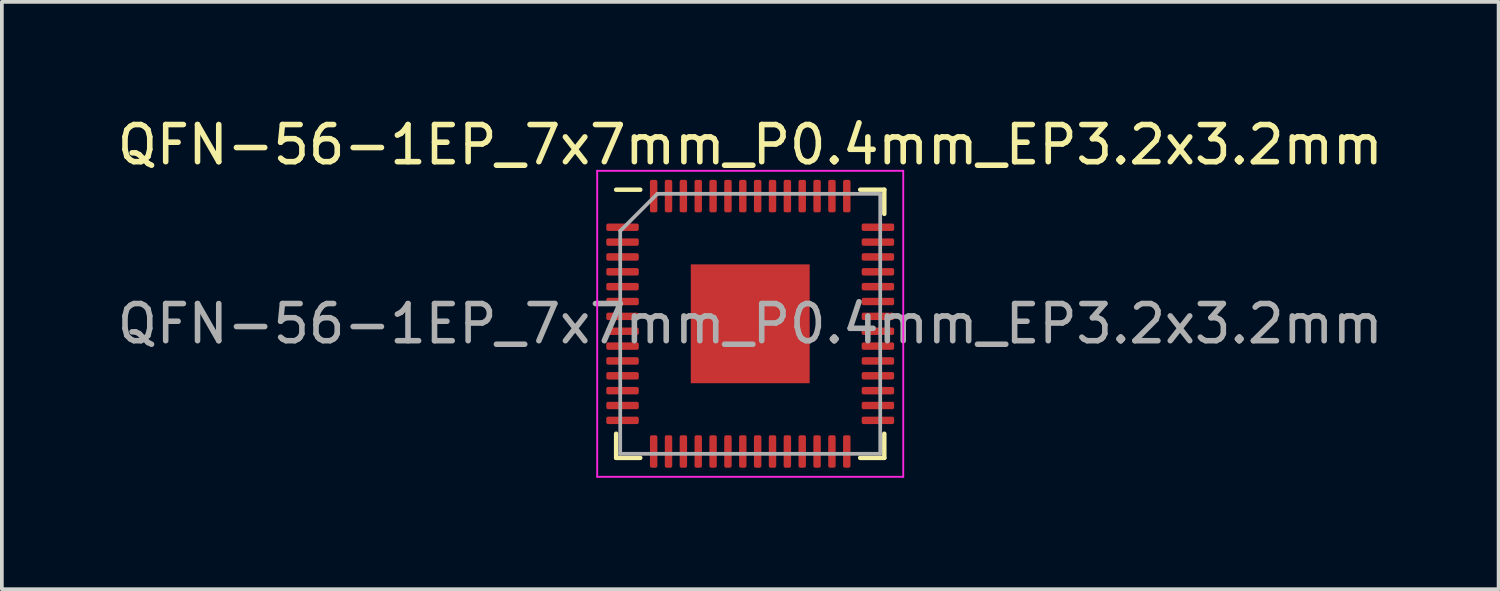
<source format=kicad_pcb>
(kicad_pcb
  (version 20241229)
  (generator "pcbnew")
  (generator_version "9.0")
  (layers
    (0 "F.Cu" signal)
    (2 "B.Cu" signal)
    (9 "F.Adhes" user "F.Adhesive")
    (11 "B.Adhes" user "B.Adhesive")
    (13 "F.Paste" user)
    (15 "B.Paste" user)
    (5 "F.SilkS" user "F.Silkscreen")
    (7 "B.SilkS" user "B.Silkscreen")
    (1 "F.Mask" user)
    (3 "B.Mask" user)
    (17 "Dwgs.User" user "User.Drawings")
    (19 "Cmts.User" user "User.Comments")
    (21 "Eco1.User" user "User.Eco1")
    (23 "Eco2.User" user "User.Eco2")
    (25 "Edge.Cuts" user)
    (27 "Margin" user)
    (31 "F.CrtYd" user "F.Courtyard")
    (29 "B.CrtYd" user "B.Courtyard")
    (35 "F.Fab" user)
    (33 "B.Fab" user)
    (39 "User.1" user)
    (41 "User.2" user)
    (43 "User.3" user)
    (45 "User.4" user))
  (footprint "QFN-56-1EP_7x7mm_P0.4mm_EP3.2x3.2mm"
    (layer "F.Cu")
    (at 17.149 5.668)
    (property "Reference" "QFN-56-1EP_7x7mm_P0.4mm_EP3.2x3.2mm" (at 0 -4.82 0) (layer "F.SilkS") (effects (font (size 1 1) (thickness 0.15))))
    (attr smd)
    (fp_line (start -3.61 3.61) (end -3.61 2.96) (stroke (width 0.12) (type solid)) (layer "F.SilkS"))
    (fp_line (start -2.96 -3.61) (end -3.61 -3.61) (stroke (width 0.12) (type solid)) (layer "F.SilkS"))
    (fp_line (start -2.96 3.61) (end -3.61 3.61) (stroke (width 0.12) (type solid)) (layer "F.SilkS"))
    (fp_line (start 2.96 -3.61) (end 3.61 -3.61) (stroke (width 0.12) (type solid)) (layer "F.SilkS"))
    (fp_line (start 2.96 3.61) (end 3.61 3.61) (stroke (width 0.12) (type solid)) (layer "F.SilkS"))
    (fp_line (start 3.61 -3.61) (end 3.61 -2.96) (stroke (width 0.12) (type solid)) (layer "F.SilkS"))
    (fp_line (start 3.61 3.61) (end 3.61 2.96) (stroke (width 0.12) (type solid)) (layer "F.SilkS"))
    (fp_line (start -4.12 -4.12) (end -4.12 4.12) (stroke (width 0.05) (type solid)) (layer "F.CrtYd"))
    (fp_line (start -4.12 4.12) (end 4.12 4.12) (stroke (width 0.05) (type solid)) (layer "F.CrtYd"))
    (fp_line (start 4.12 -4.12) (end -4.12 -4.12) (stroke (width 0.05) (type solid)) (layer "F.CrtYd"))
    (fp_line (start 4.12 4.12) (end 4.12 -4.12) (stroke (width 0.05) (type solid)) (layer "F.CrtYd"))
    (fp_line (start -3.5 -2.5) (end -2.5 -3.5) (stroke (width 0.1) (type solid)) (layer "F.Fab"))
    (fp_line (start -3.5 3.5) (end -3.5 -2.5) (stroke (width 0.1) (type solid)) (layer "F.Fab"))
    (fp_line (start -2.5 -3.5) (end 3.5 -3.5) (stroke (width 0.1) (type solid)) (layer "F.Fab"))
    (fp_line (start 3.5 -3.5) (end 3.5 3.5) (stroke (width 0.1) (type solid)) (layer "F.Fab"))
    (fp_line (start 3.5 3.5) (end -3.5 3.5) (stroke (width 0.1) (type solid)) (layer "F.Fab"))
    (fp_text user "${REFERENCE}" (at 0 0 0) (layer "F.Fab") (effects (font (size 1 1) (thickness 0.15))))
    (pad "" smd roundrect (at -0.7 -0.7) (size 1.13 1.13) (layers "F.Paste") (roundrect_rratio 0.221))
    (pad "" smd roundrect (at -0.7 0.7) (size 1.13 1.13) (layers "F.Paste") (roundrect_rratio 0.221))
    (pad "" smd roundrect (at 0.7 -0.7) (size 1.13 1.13) (layers "F.Paste") (roundrect_rratio 0.221))
    (pad "" smd roundrect (at 0.7 0.7) (size 1.13 1.13) (layers "F.Paste") (roundrect_rratio 0.221))
    (pad "1" smd roundrect (at -3.438 -2.6) (size 0.875 0.2) (layers "F.Cu" "F.Mask" "F.Paste") (roundrect_rratio 0.25))
    (pad "2" smd roundrect (at -3.438 -2.2) (size 0.875 0.2) (layers "F.Cu" "F.Mask" "F.Paste") (roundrect_rratio 0.25))
    (pad "3" smd roundrect (at -3.438 -1.8) (size 0.875 0.2) (layers "F.Cu" "F.Mask" "F.Paste") (roundrect_rratio 0.25))
    (pad "4" smd roundrect (at -3.438 -1.4) (size 0.875 0.2) (layers "F.Cu" "F.Mask" "F.Paste") (roundrect_rratio 0.25))
    (pad "5" smd roundrect (at -3.438 -1) (size 0.875 0.2) (layers "F.Cu" "F.Mask" "F.Paste") (roundrect_rratio 0.25))
    (pad "6" smd roundrect (at -3.438 -0.6) (size 0.875 0.2) (layers "F.Cu" "F.Mask" "F.Paste") (roundrect_rratio 0.25))
    (pad "7" smd roundrect (at -3.438 -0.2) (size 0.875 0.2) (layers "F.Cu" "F.Mask" "F.Paste") (roundrect_rratio 0.25))
    (pad "8" smd roundrect (at -3.438 0.2) (size 0.875 0.2) (layers "F.Cu" "F.Mask" "F.Paste") (roundrect_rratio 0.25))
    (pad "9" smd roundrect (at -3.438 0.6) (size 0.875 0.2) (layers "F.Cu" "F.Mask" "F.Paste") (roundrect_rratio 0.25))
    (pad "10" smd roundrect (at -3.438 1) (size 0.875 0.2) (layers "F.Cu" "F.Mask" "F.Paste") (roundrect_rratio 0.25))
    (pad "11" smd roundrect (at -3.438 1.4) (size 0.875 0.2) (layers "F.Cu" "F.Mask" "F.Paste") (roundrect_rratio 0.25))
    (pad "12" smd roundrect (at -3.438 1.8) (size 0.875 0.2) (layers "F.Cu" "F.Mask" "F.Paste") (roundrect_rratio 0.25))
    (pad "13" smd roundrect (at -3.438 2.2) (size 0.875 0.2) (layers "F.Cu" "F.Mask" "F.Paste") (roundrect_rratio 0.25))
    (pad "14" smd roundrect (at -3.438 2.6) (size 0.875 0.2) (layers "F.Cu" "F.Mask" "F.Paste") (roundrect_rratio 0.25))
    (pad "15" smd roundrect (at -2.6 3.438) (size 0.2 0.875) (layers "F.Cu" "F.Mask" "F.Paste") (roundrect_rratio 0.25))
    (pad "16" smd roundrect (at -2.2 3.438) (size 0.2 0.875) (layers "F.Cu" "F.Mask" "F.Paste") (roundrect_rratio 0.25))
    (pad "17" smd roundrect (at -1.8 3.438) (size 0.2 0.875) (layers "F.Cu" "F.Mask" "F.Paste") (roundrect_rratio 0.25))
    (pad "18" smd roundrect (at -1.4 3.438) (size 0.2 0.875) (layers "F.Cu" "F.Mask" "F.Paste") (roundrect_rratio 0.25))
    (pad "19" smd roundrect (at -1 3.438) (size 0.2 0.875) (layers "F.Cu" "F.Mask" "F.Paste") (roundrect_rratio 0.25))
    (pad "20" smd roundrect (at -0.6 3.438) (size 0.2 0.875) (layers "F.Cu" "F.Mask" "F.Paste") (roundrect_rratio 0.25))
    (pad "21" smd roundrect (at -0.2 3.438) (size 0.2 0.875) (layers "F.Cu" "F.Mask" "F.Paste") (roundrect_rratio 0.25))
    (pad "22" smd roundrect (at 0.2 3.438) (size 0.2 0.875) (layers "F.Cu" "F.Mask" "F.Paste") (roundrect_rratio 0.25))
    (pad "23" smd roundrect (at 0.6 3.438) (size 0.2 0.875) (layers "F.Cu" "F.Mask" "F.Paste") (roundrect_rratio 0.25))
    (pad "24" smd roundrect (at 1 3.438) (size 0.2 0.875) (layers "F.Cu" "F.Mask" "F.Paste") (roundrect_rratio 0.25))
    (pad "25" smd roundrect (at 1.4 3.438) (size 0.2 0.875) (layers "F.Cu" "F.Mask" "F.Paste") (roundrect_rratio 0.25))
    (pad "26" smd roundrect (at 1.8 3.438) (size 0.2 0.875) (layers "F.Cu" "F.Mask" "F.Paste") (roundrect_rratio 0.25))
    (pad "27" smd roundrect (at 2.2 3.438) (size 0.2 0.875) (layers "F.Cu" "F.Mask" "F.Paste") (roundrect_rratio 0.25))
    (pad "28" smd roundrect (at 2.6 3.438) (size 0.2 0.875) (layers "F.Cu" "F.Mask" "F.Paste") (roundrect_rratio 0.25))
    (pad "29" smd roundrect (at 3.438 2.6) (size 0.875 0.2) (layers "F.Cu" "F.Mask" "F.Paste") (roundrect_rratio 0.25))
    (pad "30" smd roundrect (at 3.438 2.2) (size 0.875 0.2) (layers "F.Cu" "F.Mask" "F.Paste") (roundrect_rratio 0.25))
    (pad "31" smd roundrect (at 3.438 1.8) (size 0.875 0.2) (layers "F.Cu" "F.Mask" "F.Paste") (roundrect_rratio 0.25))
    (pad "32" smd roundrect (at 3.438 1.4) (size 0.875 0.2) (layers "F.Cu" "F.Mask" "F.Paste") (roundrect_rratio 0.25))
    (pad "33" smd roundrect (at 3.438 1) (size 0.875 0.2) (layers "F.Cu" "F.Mask" "F.Paste") (roundrect_rratio 0.25))
    (pad "34" smd roundrect (at 3.438 0.6) (size 0.875 0.2) (layers "F.Cu" "F.Mask" "F.Paste") (roundrect_rratio 0.25))
    (pad "35" smd roundrect (at 3.438 0.2) (size 0.875 0.2) (layers "F.Cu" "F.Mask" "F.Paste") (roundrect_rratio 0.25))
    (pad "36" smd roundrect (at 3.438 -0.2) (size 0.875 0.2) (layers "F.Cu" "F.Mask" "F.Paste") (roundrect_rratio 0.25))
    (pad "37" smd roundrect (at 3.438 -0.6) (size 0.875 0.2) (layers "F.Cu" "F.Mask" "F.Paste") (roundrect_rratio 0.25))
    (pad "38" smd roundrect (at 3.438 -1) (size 0.875 0.2) (layers "F.Cu" "F.Mask" "F.Paste") (roundrect_rratio 0.25))
    (pad "39" smd roundrect (at 3.438 -1.4) (size 0.875 0.2) (layers "F.Cu" "F.Mask" "F.Paste") (roundrect_rratio 0.25))
    (pad "40" smd roundrect (at 3.438 -1.8) (size 0.875 0.2) (layers "F.Cu" "F.Mask" "F.Paste") (roundrect_rratio 0.25))
    (pad "41" smd roundrect (at 3.438 -2.2) (size 0.875 0.2) (layers "F.Cu" "F.Mask" "F.Paste") (roundrect_rratio 0.25))
    (pad "42" smd roundrect (at 3.438 -2.6) (size 0.875 0.2) (layers "F.Cu" "F.Mask" "F.Paste") (roundrect_rratio 0.25))
    (pad "43" smd roundrect (at 2.6 -3.438) (size 0.2 0.875) (layers "F.Cu" "F.Mask" "F.Paste") (roundrect_rratio 0.25))
    (pad "44" smd roundrect (at 2.2 -3.438) (size 0.2 0.875) (layers "F.Cu" "F.Mask" "F.Paste") (roundrect_rratio 0.25))
    (pad "45" smd roundrect (at 1.8 -3.438) (size 0.2 0.875) (layers "F.Cu" "F.Mask" "F.Paste") (roundrect_rratio 0.25))
    (pad "46" smd roundrect (at 1.4 -3.438) (size 0.2 0.875) (layers "F.Cu" "F.Mask" "F.Paste") (roundrect_rratio 0.25))
    (pad "47" smd roundrect (at 1 -3.438) (size 0.2 0.875) (layers "F.Cu" "F.Mask" "F.Paste") (roundrect_rratio 0.25))
    (pad "48" smd roundrect (at 0.6 -3.438) (size 0.2 0.875) (layers "F.Cu" "F.Mask" "F.Paste") (roundrect_rratio 0.25))
    (pad "49" smd roundrect (at 0.2 -3.438) (size 0.2 0.875) (layers "F.Cu" "F.Mask" "F.Paste") (roundrect_rratio 0.25))
    (pad "50" smd roundrect (at -0.2 -3.438) (size 0.2 0.875) (layers "F.Cu" "F.Mask" "F.Paste") (roundrect_rratio 0.25))
    (pad "51" smd roundrect (at -0.6 -3.438) (size 0.2 0.875) (layers "F.Cu" "F.Mask" "F.Paste") (roundrect_rratio 0.25))
    (pad "52" smd roundrect (at -1 -3.438) (size 0.2 0.875) (layers "F.Cu" "F.Mask" "F.Paste") (roundrect_rratio 0.25))
    (pad "53" smd roundrect (at -1.4 -3.438) (size 0.2 0.875) (layers "F.Cu" "F.Mask" "F.Paste") (roundrect_rratio 0.25))
    (pad "54" smd roundrect (at -1.8 -3.438) (size 0.2 0.875) (layers "F.Cu" "F.Mask" "F.Paste") (roundrect_rratio 0.25))
    (pad "55" smd roundrect (at -2.2 -3.438) (size 0.2 0.875) (layers "F.Cu" "F.Mask" "F.Paste") (roundrect_rratio 0.25))
    (pad "56" smd roundrect (at -2.6 -3.438) (size 0.2 0.875) (layers "F.Cu" "F.Mask" "F.Paste") (roundrect_rratio 0.25))
    (pad "57" smd rect (at 0 0) (size 3.2 3.2) (layers "F.Cu" "F.Mask")))
  (gr_rect
    (start -3 -3)
    (end 37.298 12.813)
    (stroke (width 0.1) (type default))
    (fill no)
    (layer "Edge.Cuts")))
</source>
